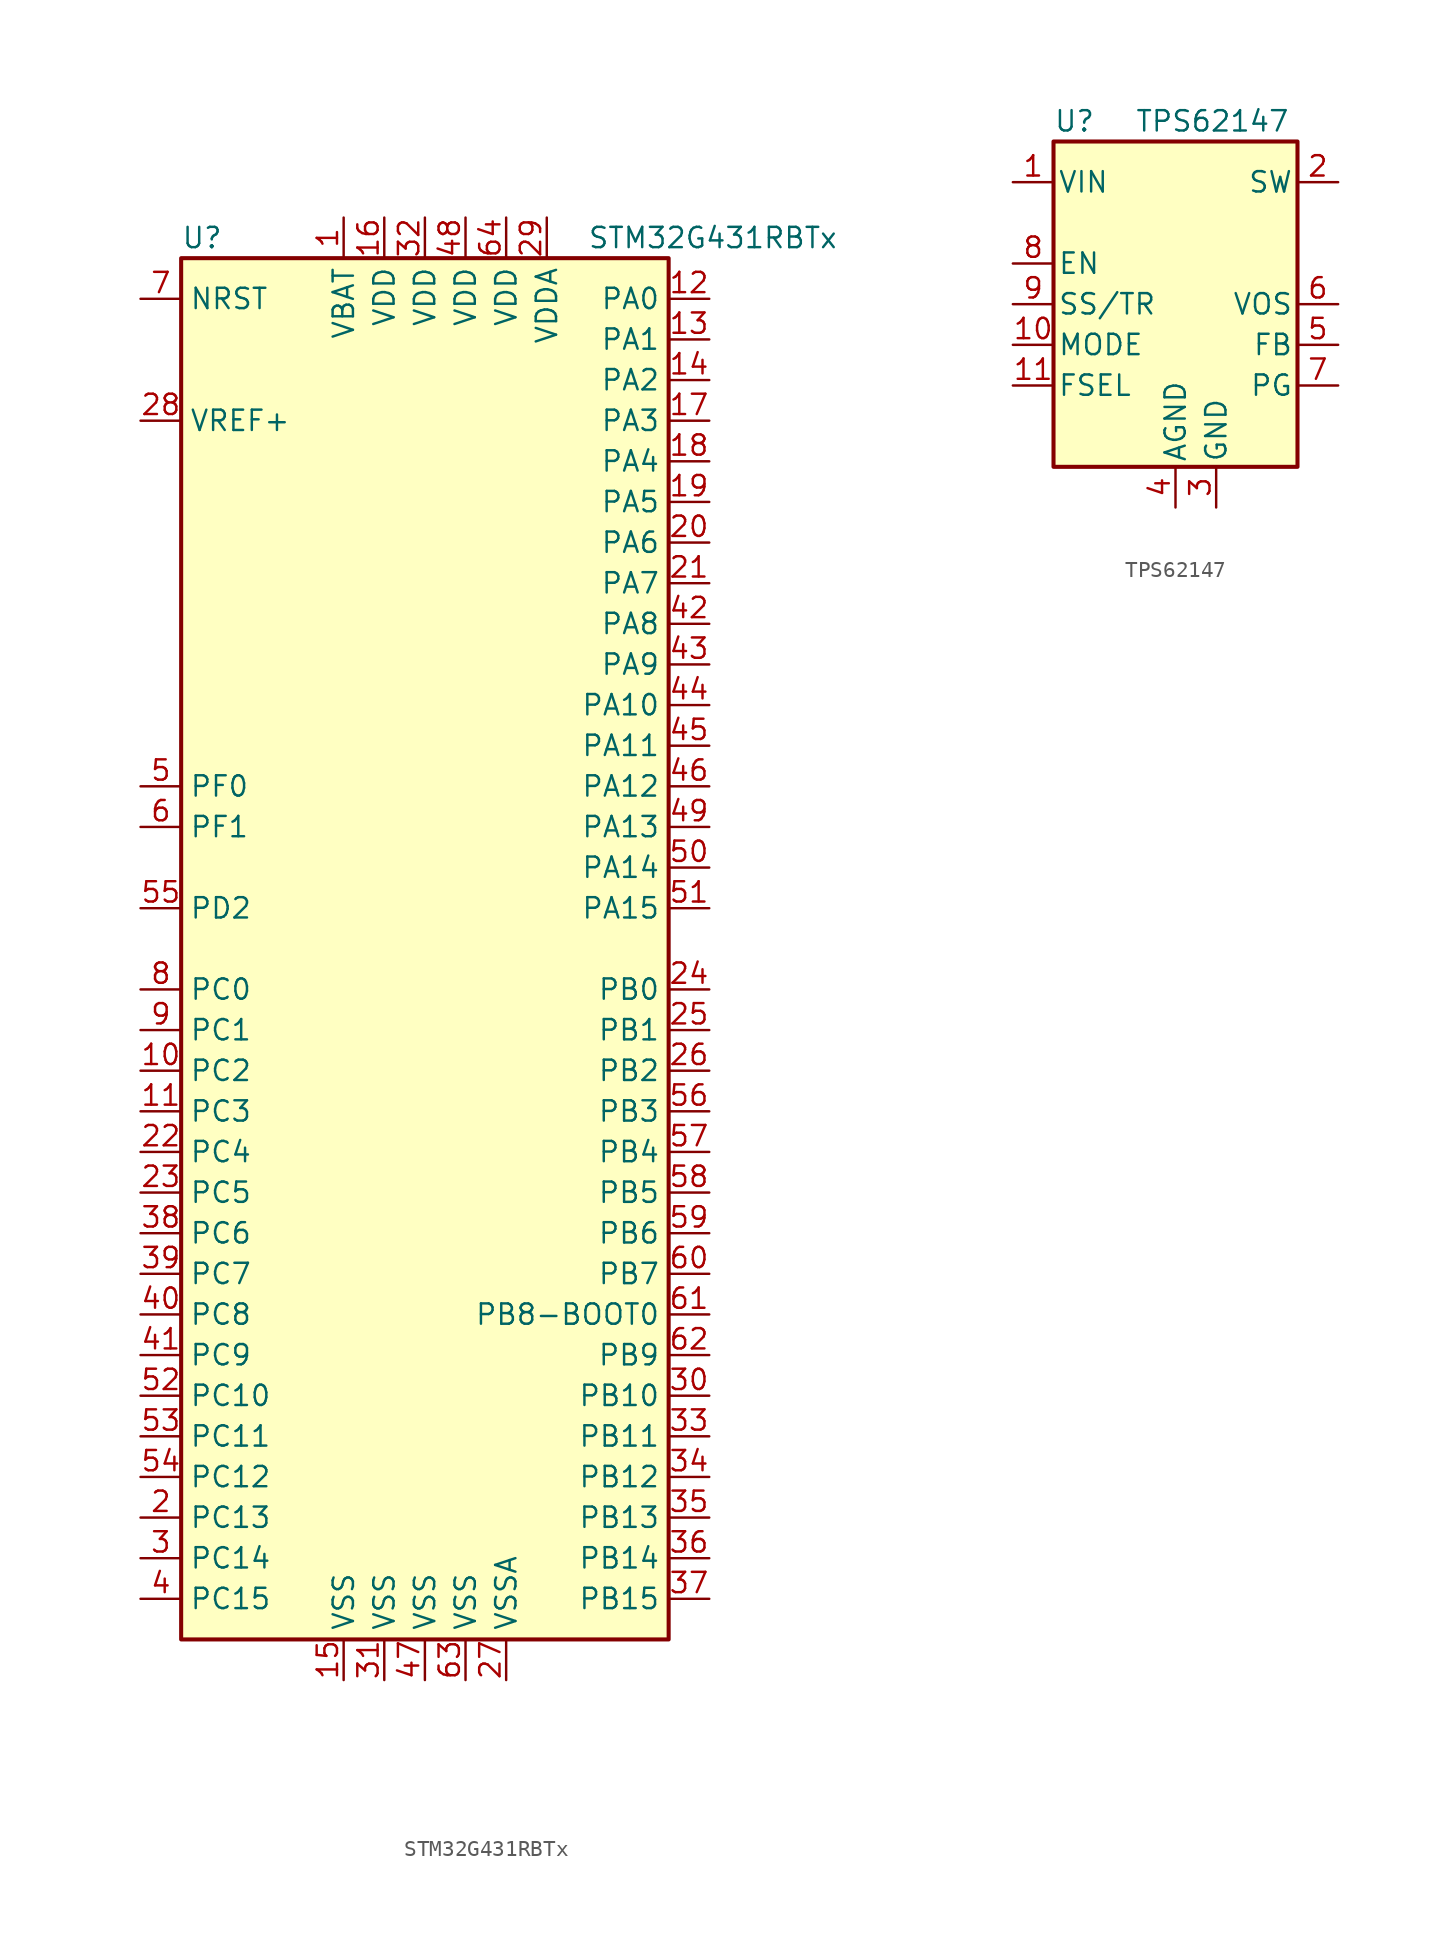
<source format=kicad_sym>
(kicad_symbol_lib
  (version 20220914)
  (generator kicad_symbol_editor)
  (symbol "STM32G431RBTx"
    (property "Reference" "U"
      (at -15.24 44.45 0)
      (effects (font (size 1.27 1.27)) (justify left)))
    (property "Value" "STM32G431RBTx"
      (at 10.16 44.45 0)
      (effects (font (size 1.27 1.27)) (justify left)))
    (symbol "STM32G431RBTx_0_1"
      (rectangle (start -15.24 -43.18) (end 15.24 43.18) (stroke (width 0.254) (type default)) (fill (type background))))
    (symbol "STM32G431RBTx_1_1"
      (pin power_in line (at -5.08 45.72 270) (length 2.54) (name "VBAT" (effects (font (size 1.27 1.27)))) (number "1" (effects (font (size 1.27 1.27)))))
      (pin bidirectional line (at -17.78 -7.62 0) (length 2.54) (name "PC2" (effects (font (size 1.27 1.27)))) (number "10" (effects (font (size 1.27 1.27)))))
      (pin bidirectional line (at -17.78 -10.16 0) (length 2.54) (name "PC3" (effects (font (size 1.27 1.27)))) (number "11" (effects (font (size 1.27 1.27)))))
      (pin bidirectional line (at 17.78 40.64 180) (length 2.54) (name "PA0" (effects (font (size 1.27 1.27)))) (number "12" (effects (font (size 1.27 1.27)))))
      (pin bidirectional line (at 17.78 38.1 180) (length 2.54) (name "PA1" (effects (font (size 1.27 1.27)))) (number "13" (effects (font (size 1.27 1.27)))))
      (pin bidirectional line (at 17.78 35.56 180) (length 2.54) (name "PA2" (effects (font (size 1.27 1.27)))) (number "14" (effects (font (size 1.27 1.27)))))
      (pin power_in line (at -5.08 -45.72 90) (length 2.54) (name "VSS" (effects (font (size 1.27 1.27)))) (number "15" (effects (font (size 1.27 1.27)))))
      (pin power_in line (at -2.54 45.72 270) (length 2.54) (name "VDD" (effects (font (size 1.27 1.27)))) (number "16" (effects (font (size 1.27 1.27)))))
      (pin bidirectional line (at 17.78 33.02 180) (length 2.54) (name "PA3" (effects (font (size 1.27 1.27)))) (number "17" (effects (font (size 1.27 1.27)))))
      (pin bidirectional line (at 17.78 30.48 180) (length 2.54) (name "PA4" (effects (font (size 1.27 1.27)))) (number "18" (effects (font (size 1.27 1.27)))))
      (pin bidirectional line (at 17.78 27.94 180) (length 2.54) (name "PA5" (effects (font (size 1.27 1.27)))) (number "19" (effects (font (size 1.27 1.27)))))
      (pin bidirectional line (at -17.78 -35.56 0) (length 2.54) (name "PC13" (effects (font (size 1.27 1.27)))) (number "2" (effects (font (size 1.27 1.27)))))
      (pin bidirectional line (at 17.78 25.4 180) (length 2.54) (name "PA6" (effects (font (size 1.27 1.27)))) (number "20" (effects (font (size 1.27 1.27)))))
      (pin bidirectional line (at 17.78 22.86 180) (length 2.54) (name "PA7" (effects (font (size 1.27 1.27)))) (number "21" (effects (font (size 1.27 1.27)))))
      (pin bidirectional line (at -17.78 -12.7 0) (length 2.54) (name "PC4" (effects (font (size 1.27 1.27)))) (number "22" (effects (font (size 1.27 1.27)))))
      (pin bidirectional line (at -17.78 -15.24 0) (length 2.54) (name "PC5" (effects (font (size 1.27 1.27)))) (number "23" (effects (font (size 1.27 1.27)))))
      (pin bidirectional line (at 17.78 -2.54 180) (length 2.54) (name "PB0" (effects (font (size 1.27 1.27)))) (number "24" (effects (font (size 1.27 1.27)))))
      (pin bidirectional line (at 17.78 -5.08 180) (length 2.54) (name "PB1" (effects (font (size 1.27 1.27)))) (number "25" (effects (font (size 1.27 1.27)))))
      (pin bidirectional line (at 17.78 -7.62 180) (length 2.54) (name "PB2" (effects (font (size 1.27 1.27)))) (number "26" (effects (font (size 1.27 1.27)))))
      (pin power_in line (at 5.08 -45.72 90) (length 2.54) (name "VSSA" (effects (font (size 1.27 1.27)))) (number "27" (effects (font (size 1.27 1.27)))))
      (pin power_out line (at -17.78 33.02 0) (length 2.54) (name "VREF+" (effects (font (size 1.27 1.27)))) (number "28" (effects (font (size 1.27 1.27)))))
      (pin power_in line (at 7.62 45.72 270) (length 2.54) (name "VDDA" (effects (font (size 1.27 1.27)))) (number "29" (effects (font (size 1.27 1.27)))))
      (pin bidirectional line (at -17.78 -38.1 0) (length 2.54) (name "PC14" (effects (font (size 1.27 1.27)))) (number "3" (effects (font (size 1.27 1.27)))))
      (pin bidirectional line (at 17.78 -27.94 180) (length 2.54) (name "PB10" (effects (font (size 1.27 1.27)))) (number "30" (effects (font (size 1.27 1.27)))))
      (pin power_in line (at -2.54 -45.72 90) (length 2.54) (name "VSS" (effects (font (size 1.27 1.27)))) (number "31" (effects (font (size 1.27 1.27)))))
      (pin power_in line (at 0 45.72 270) (length 2.54) (name "VDD" (effects (font (size 1.27 1.27)))) (number "32" (effects (font (size 1.27 1.27)))))
      (pin bidirectional line (at 17.78 -30.48 180) (length 2.54) (name "PB11" (effects (font (size 1.27 1.27)))) (number "33" (effects (font (size 1.27 1.27)))))
      (pin bidirectional line (at 17.78 -33.02 180) (length 2.54) (name "PB12" (effects (font (size 1.27 1.27)))) (number "34" (effects (font (size 1.27 1.27)))))
      (pin bidirectional line (at 17.78 -35.56 180) (length 2.54) (name "PB13" (effects (font (size 1.27 1.27)))) (number "35" (effects (font (size 1.27 1.27)))))
      (pin bidirectional line (at 17.78 -38.1 180) (length 2.54) (name "PB14" (effects (font (size 1.27 1.27)))) (number "36" (effects (font (size 1.27 1.27)))))
      (pin bidirectional line (at 17.78 -40.64 180) (length 2.54) (name "PB15" (effects (font (size 1.27 1.27)))) (number "37" (effects (font (size 1.27 1.27)))))
      (pin bidirectional line (at -17.78 -17.78 0) (length 2.54) (name "PC6" (effects (font (size 1.27 1.27)))) (number "38" (effects (font (size 1.27 1.27)))))
      (pin bidirectional line (at -17.78 -20.32 0) (length 2.54) (name "PC7" (effects (font (size 1.27 1.27)))) (number "39" (effects (font (size 1.27 1.27)))))
      (pin bidirectional line (at -17.78 -40.64 0) (length 2.54) (name "PC15" (effects (font (size 1.27 1.27)))) (number "4" (effects (font (size 1.27 1.27)))))
      (pin bidirectional line (at -17.78 -22.86 0) (length 2.54) (name "PC8" (effects (font (size 1.27 1.27)))) (number "40" (effects (font (size 1.27 1.27)))))
      (pin bidirectional line (at -17.78 -25.4 0) (length 2.54) (name "PC9" (effects (font (size 1.27 1.27)))) (number "41" (effects (font (size 1.27 1.27)))))
      (pin bidirectional line (at 17.78 20.32 180) (length 2.54) (name "PA8" (effects (font (size 1.27 1.27)))) (number "42" (effects (font (size 1.27 1.27)))))
      (pin bidirectional line (at 17.78 17.78 180) (length 2.54) (name "PA9" (effects (font (size 1.27 1.27)))) (number "43" (effects (font (size 1.27 1.27)))))
      (pin bidirectional line (at 17.78 15.24 180) (length 2.54) (name "PA10" (effects (font (size 1.27 1.27)))) (number "44" (effects (font (size 1.27 1.27)))))
      (pin bidirectional line (at 17.78 12.7 180) (length 2.54) (name "PA11" (effects (font (size 1.27 1.27)))) (number "45" (effects (font (size 1.27 1.27)))))
      (pin bidirectional line (at 17.78 10.16 180) (length 2.54) (name "PA12" (effects (font (size 1.27 1.27)))) (number "46" (effects (font (size 1.27 1.27)))))
      (pin power_in line (at 0 -45.72 90) (length 2.54) (name "VSS" (effects (font (size 1.27 1.27)))) (number "47" (effects (font (size 1.27 1.27)))))
      (pin power_in line (at 2.54 45.72 270) (length 2.54) (name "VDD" (effects (font (size 1.27 1.27)))) (number "48" (effects (font (size 1.27 1.27)))))
      (pin bidirectional line (at 17.78 7.62 180) (length 2.54) (name "PA13" (effects (font (size 1.27 1.27)))) (number "49" (effects (font (size 1.27 1.27)))))
      (pin input line (at -17.78 10.16 0) (length 2.54) (name "PF0" (effects (font (size 1.27 1.27)))) (number "5" (effects (font (size 1.27 1.27)))))
      (pin bidirectional line (at 17.78 5.08 180) (length 2.54) (name "PA14" (effects (font (size 1.27 1.27)))) (number "50" (effects (font (size 1.27 1.27)))))
      (pin bidirectional line (at 17.78 2.54 180) (length 2.54) (name "PA15" (effects (font (size 1.27 1.27)))) (number "51" (effects (font (size 1.27 1.27)))))
      (pin bidirectional line (at -17.78 -27.94 0) (length 2.54) (name "PC10" (effects (font (size 1.27 1.27)))) (number "52" (effects (font (size 1.27 1.27)))))
      (pin bidirectional line (at -17.78 -30.48 0) (length 2.54) (name "PC11" (effects (font (size 1.27 1.27)))) (number "53" (effects (font (size 1.27 1.27)))))
      (pin bidirectional line (at -17.78 -33.02 0) (length 2.54) (name "PC12" (effects (font (size 1.27 1.27)))) (number "54" (effects (font (size 1.27 1.27)))))
      (pin bidirectional line (at -17.78 2.54 0) (length 2.54) (name "PD2" (effects (font (size 1.27 1.27)))) (number "55" (effects (font (size 1.27 1.27)))))
      (pin bidirectional line (at 17.78 -10.16 180) (length 2.54) (name "PB3" (effects (font (size 1.27 1.27)))) (number "56" (effects (font (size 1.27 1.27)))))
      (pin bidirectional line (at 17.78 -12.7 180) (length 2.54) (name "PB4" (effects (font (size 1.27 1.27)))) (number "57" (effects (font (size 1.27 1.27)))))
      (pin bidirectional line (at 17.78 -15.24 180) (length 2.54) (name "PB5" (effects (font (size 1.27 1.27)))) (number "58" (effects (font (size 1.27 1.27)))))
      (pin bidirectional line (at 17.78 -17.78 180) (length 2.54) (name "PB6" (effects (font (size 1.27 1.27)))) (number "59" (effects (font (size 1.27 1.27)))))
      (pin input line (at -17.78 7.62 0) (length 2.54) (name "PF1" (effects (font (size 1.27 1.27)))) (number "6" (effects (font (size 1.27 1.27)))))
      (pin bidirectional line (at 17.78 -20.32 180) (length 2.54) (name "PB7" (effects (font (size 1.27 1.27)))) (number "60" (effects (font (size 1.27 1.27)))))
      (pin input line (at 17.78 -22.86 180) (length 2.54) (name "PB8-BOOT0" (effects (font (size 1.27 1.27)))) (number "61" (effects (font (size 1.27 1.27)))))
      (pin bidirectional line (at 17.78 -25.4 180) (length 2.54) (name "PB9" (effects (font (size 1.27 1.27)))) (number "62" (effects (font (size 1.27 1.27)))))
      (pin power_in line (at 2.54 -45.72 90) (length 2.54) (name "VSS" (effects (font (size 1.27 1.27)))) (number "63" (effects (font (size 1.27 1.27)))))
      (pin power_in line (at 5.08 45.72 270) (length 2.54) (name "VDD" (effects (font (size 1.27 1.27)))) (number "64" (effects (font (size 1.27 1.27)))))
      (pin input line (at -17.78 40.64 0) (length 2.54) (name "NRST" (effects (font (size 1.27 1.27)))) (number "7" (effects (font (size 1.27 1.27)))))
      (pin bidirectional line (at -17.78 -2.54 0) (length 2.54) (name "PC0" (effects (font (size 1.27 1.27)))) (number "8" (effects (font (size 1.27 1.27)))))
      (pin bidirectional line (at -17.78 -5.08 0) (length 2.54) (name "PC1" (effects (font (size 1.27 1.27)))) (number "9" (effects (font (size 1.27 1.27)))))))
  (symbol "TPS62147"
    (pin_names
      (offset 0.254))
    (property "Reference" "U"
      (at -7.62 11.43 0)
      (effects (font (size 1.27 1.27)) (justify left)))
    (property "Value" "TPS62147"
      (at -2.54 11.43 0)
      (effects (font (size 1.27 1.27)) (justify left)))
    (symbol "TPS62147_0_1"
      (rectangle (start -7.62 10.16) (end 7.62 -10.16) (stroke (width 0.254) (type default)) (fill (type background))))
    (symbol "TPS62147_1_1"
      (pin power_in line (at -10.16 7.62 0) (length 2.54) (name "VIN" (effects (font (size 1.27 1.27)))) (number "1" (effects (font (size 1.27 1.27)))))
      (pin input line (at -10.16 -2.54 0) (length 2.54) (name "MODE" (effects (font (size 1.27 1.27)))) (number "10" (effects (font (size 1.27 1.27)))))
      (pin input line (at -10.16 -5.08 0) (length 2.54) (name "FSEL" (effects (font (size 1.27 1.27)))) (number "11" (effects (font (size 1.27 1.27)))))
      (pin output line (at 10.16 7.62 180) (length 2.54) (name "SW" (effects (font (size 1.27 1.27)))) (number "2" (effects (font (size 1.27 1.27)))))
      (pin power_in line (at 2.54 -12.7 90) (length 2.54) (name "GND" (effects (font (size 1.27 1.27)))) (number "3" (effects (font (size 1.27 1.27)))))
      (pin power_in line (at 0 -12.7 90) (length 2.54) (name "AGND" (effects (font (size 1.27 1.27)))) (number "4" (effects (font (size 1.27 1.27)))))
      (pin input line (at 10.16 -2.54 180) (length 2.54) (name "FB" (effects (font (size 1.27 1.27)))) (number "5" (effects (font (size 1.27 1.27)))))
      (pin input line (at 10.16 0 180) (length 2.54) (name "VOS" (effects (font (size 1.27 1.27)))) (number "6" (effects (font (size 1.27 1.27)))))
      (pin open_collector line (at 10.16 -5.08 180) (length 2.54) (name "PG" (effects (font (size 1.27 1.27)))) (number "7" (effects (font (size 1.27 1.27)))))
      (pin input line (at -10.16 2.54 0) (length 2.54) (name "EN" (effects (font (size 1.27 1.27)))) (number "8" (effects (font (size 1.27 1.27)))))
      (pin input line (at -10.16 0 0) (length 2.54) (name "SS/TR" (effects (font (size 1.27 1.27)))) (number "9" (effects (font (size 1.27 1.27))))))))
</source>
